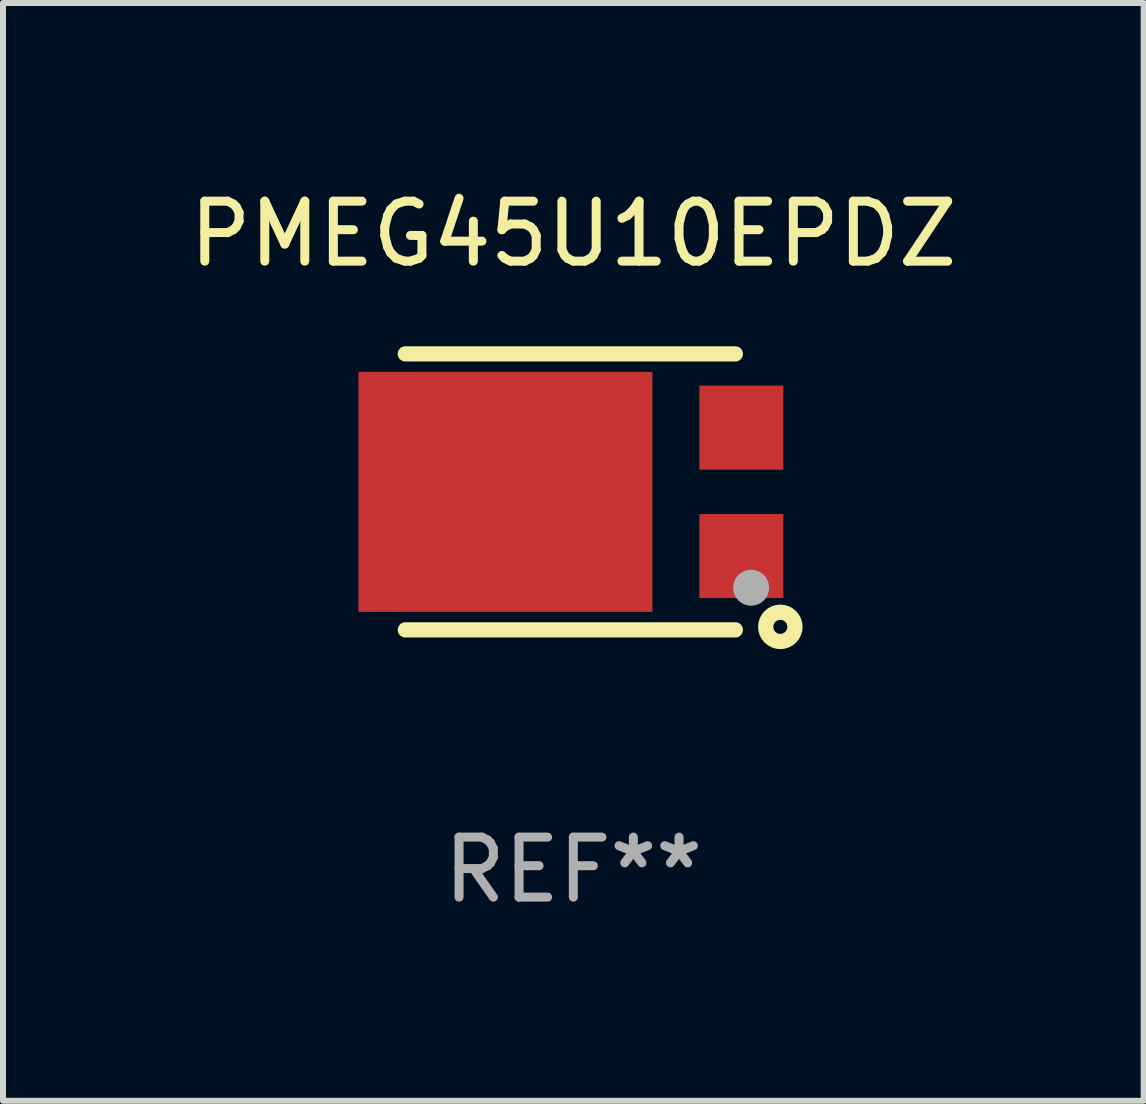
<source format=kicad_pcb>
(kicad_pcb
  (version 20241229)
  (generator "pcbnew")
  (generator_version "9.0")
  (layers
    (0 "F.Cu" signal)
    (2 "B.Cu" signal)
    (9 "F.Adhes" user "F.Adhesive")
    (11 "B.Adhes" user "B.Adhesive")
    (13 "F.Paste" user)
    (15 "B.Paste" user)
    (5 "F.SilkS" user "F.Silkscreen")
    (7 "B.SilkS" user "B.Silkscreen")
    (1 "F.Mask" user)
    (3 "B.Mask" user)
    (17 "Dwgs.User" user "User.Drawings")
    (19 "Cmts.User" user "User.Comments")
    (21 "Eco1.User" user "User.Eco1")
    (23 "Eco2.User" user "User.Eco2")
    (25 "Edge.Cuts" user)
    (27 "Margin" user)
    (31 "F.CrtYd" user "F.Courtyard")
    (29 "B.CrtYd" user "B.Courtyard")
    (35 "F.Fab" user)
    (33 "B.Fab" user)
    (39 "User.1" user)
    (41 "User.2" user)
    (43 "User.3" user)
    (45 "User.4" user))
  (footprint "PMEG45U10EPDZ"
    (layer "F.Cu")
    (at 6.506 5.148)
    (property "Reference" "PMEG45U10EPDZ" (at 0 -4.3 0) (layer "F.SilkS") (effects (font (size 1 1) (thickness 0.15))))
    (attr through_hole)
    (fp_line (start -2.8 2.3) (end 2.7 2.3) (stroke (width 0.254) (type solid)) (layer "F.SilkS"))
    (fp_line (start 2.7 -2.3) (end -2.8 -2.3) (stroke (width 0.254) (type solid)) (layer "F.SilkS"))
    (fp_circle (center 3.2 2.15) (end 3.23 2.15) (stroke (width 0.06) (type solid)) (fill no) (layer "F.SilkS"))
    (fp_circle (center 3.45 2.25) (end 3.567 2.25) (stroke (width 0.254) (type solid)) (fill no) (layer "F.SilkS"))
    (fp_circle (center 2.963 1.598) (end 3.113 1.598) (stroke (width 0.3) (type solid)) (fill no) (layer "F.Fab"))
    (fp_text user "REF**" (at 0 6.3 0) (layer "F.Fab") (effects (font (size 1 1) (thickness 0.15))))
    (pad "1" smd rect (at 2.8 1.07 90) (size 1.4 1.4) (layers "F.Cu" "F.Mask" "F.Paste"))
    (pad "2" smd rect (at 2.8 -1.07 90) (size 1.4 1.4) (layers "F.Cu" "F.Mask" "F.Paste"))
    (pad "3" smd rect (at -1.132 0 90) (size 4 4.9) (layers "F.Cu" "F.Mask" "F.Paste")))
  (gr_rect
    (start -3 -3)
    (end 16.012 15.297)
    (stroke (width 0.1) (type default))
    (fill no)
    (layer "Edge.Cuts")))
</source>
